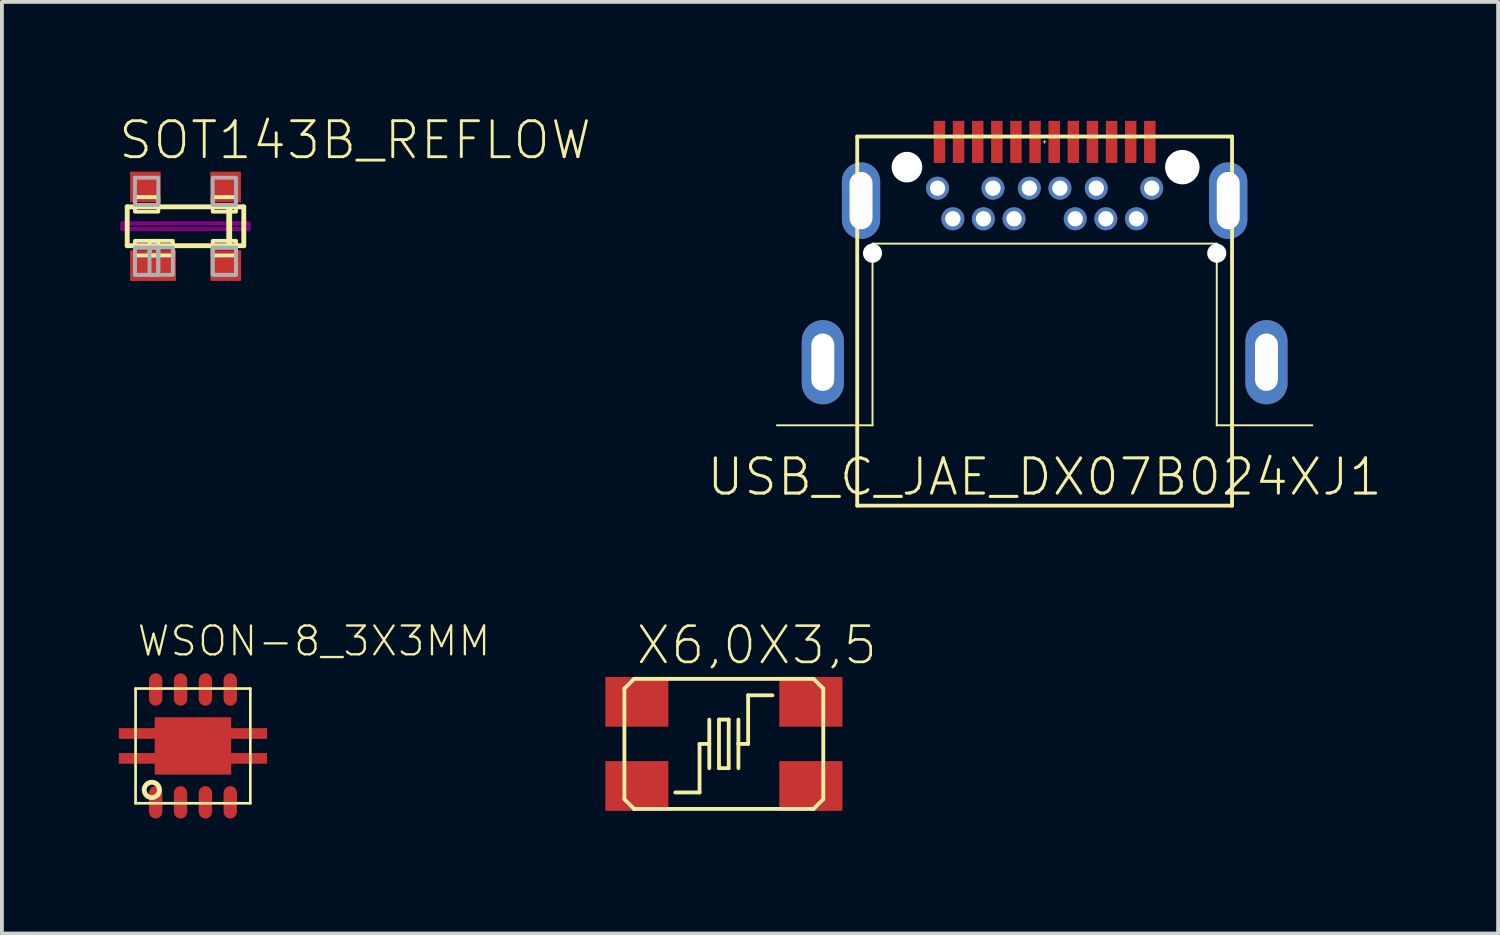
<source format=kicad_pcb>
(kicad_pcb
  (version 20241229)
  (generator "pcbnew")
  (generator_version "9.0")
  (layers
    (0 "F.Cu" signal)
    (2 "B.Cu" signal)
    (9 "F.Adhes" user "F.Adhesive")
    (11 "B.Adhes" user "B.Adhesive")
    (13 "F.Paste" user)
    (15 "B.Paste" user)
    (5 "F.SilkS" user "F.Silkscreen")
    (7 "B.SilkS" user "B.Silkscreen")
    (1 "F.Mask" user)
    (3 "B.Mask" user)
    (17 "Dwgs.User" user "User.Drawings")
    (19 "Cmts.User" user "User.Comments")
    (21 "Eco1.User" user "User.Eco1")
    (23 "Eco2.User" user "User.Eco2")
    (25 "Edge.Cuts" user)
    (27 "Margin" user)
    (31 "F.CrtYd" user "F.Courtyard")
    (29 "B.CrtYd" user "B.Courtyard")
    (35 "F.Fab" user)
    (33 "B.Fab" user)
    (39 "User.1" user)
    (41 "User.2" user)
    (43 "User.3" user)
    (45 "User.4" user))
  (footprint "USB_C_JAE_DX07B024XJ1"
    (layer "F.Cu")
    (at 24.262 6.42)
    (property "Reference" "USB_C_JAE_DX07B024XJ1" (at 0 3 0) (layer "F.SilkS") (effects (font (size 0.92 0.92) (thickness 0.08))))
    (attr through_hole)
    (fp_poly (pts (xy -2.96 -5.15) (xy 2.96 -5.15) (xy 2.96 -6.37) (xy -2.96 -6.37)) (stroke (width 0.1) (type solid)) (fill no) (layer "F.Mask"))
    (fp_line (start -7 1.65) (end -4.5 1.65) (stroke (width 0.05) (type solid)) (layer "F.SilkS"))
    (fp_line (start -4.9 -5.9) (end -4.9 3.75) (stroke (width 0.1) (type solid)) (layer "F.SilkS"))
    (fp_line (start -4.9 3.75) (end 4.9 3.75) (stroke (width 0.1) (type solid)) (layer "F.SilkS"))
    (fp_line (start -4.5 -3.1) (end 4.5 -3.1) (stroke (width 0.05) (type solid)) (layer "F.SilkS"))
    (fp_line (start -4.5 1.65) (end -4.5 -3.1) (stroke (width 0.05) (type solid)) (layer "F.SilkS"))
    (fp_line (start -0.04 -5.76) (end 0.04 -5.76) (stroke (width 0.02) (type solid)) (layer "F.SilkS"))
    (fp_line (start 0 -5.8) (end 0 -5.72) (stroke (width 0.02) (type solid)) (layer "F.SilkS"))
    (fp_line (start 4.5 -3.1) (end 4.5 1.65) (stroke (width 0.05) (type solid)) (layer "F.SilkS"))
    (fp_line (start 4.5 1.65) (end 7 1.65) (stroke (width 0.05) (type solid)) (layer "F.SilkS"))
    (fp_line (start 4.9 -5.9) (end -4.9 -5.9) (stroke (width 0.1) (type solid)) (layer "F.SilkS"))
    (fp_line (start 4.9 3.75) (end 4.9 -5.9) (stroke (width 0.1) (type solid)) (layer "F.SilkS"))
    (fp_line (start -5.8 0.5) (end -5.8 -0.5) (stroke (width 0.8) (type solid)) (layer "F.Paste"))
    (fp_line (start -4.8 -3.75) (end -4.8 -4.71) (stroke (width 0.8) (type solid)) (layer "F.Paste"))
    (fp_line (start 4.8 -3.75) (end 4.8 -4.71) (stroke (width 0.8) (type solid)) (layer "F.Paste"))
    (fp_line (start 5.8 0.5) (end 5.8 -0.5) (stroke (width 0.8) (type solid)) (layer "F.Paste"))
    (fp_circle (center -2.8 -4.55) (end -2.65 -4.55) (stroke (width 0.3) (type solid)) (fill no) (layer "F.Paste"))
    (fp_circle (center -2.4 -3.75) (end -2.25 -3.75) (stroke (width 0.3) (type solid)) (fill no) (layer "F.Paste"))
    (fp_circle (center -1.6 -3.75) (end -1.45 -3.75) (stroke (width 0.3) (type solid)) (fill no) (layer "F.Paste"))
    (fp_circle (center -1.35 -4.55) (end -1.2 -4.55) (stroke (width 0.3) (type solid)) (fill no) (layer "F.Paste"))
    (fp_circle (center -0.8 -3.75) (end -0.65 -3.75) (stroke (width 0.3) (type solid)) (fill no) (layer "F.Paste"))
    (fp_circle (center -0.4 -4.55) (end -0.25 -4.55) (stroke (width 0.3) (type solid)) (fill no) (layer "F.Paste"))
    (fp_circle (center 0.4 -4.55) (end 0.55 -4.55) (stroke (width 0.3) (type solid)) (fill no) (layer "F.Paste"))
    (fp_circle (center 0.8 -3.75) (end 0.95 -3.75) (stroke (width 0.3) (type solid)) (fill no) (layer "F.Paste"))
    (fp_circle (center 1.35 -4.55) (end 1.5 -4.55) (stroke (width 0.3) (type solid)) (fill no) (layer "F.Paste"))
    (fp_circle (center 1.6 -3.75) (end 1.75 -3.75) (stroke (width 0.3) (type solid)) (fill no) (layer "F.Paste"))
    (fp_circle (center 2.4 -3.75) (end 2.55 -3.75) (stroke (width 0.3) (type solid)) (fill no) (layer "F.Paste"))
    (fp_circle (center 2.8 -4.55) (end 2.95 -4.55) (stroke (width 0.3) (type solid)) (fill no) (layer "F.Paste"))
    (fp_poly (pts (xy -2.87 -5.24) (xy -2.63 -5.24) (xy -2.63 -6.28) (xy -2.87 -6.28)) (stroke (width 0.1) (type solid)) (fill no) (layer "F.Paste"))
    (fp_poly (pts (xy -2.37 -5.24) (xy -2.13 -5.24) (xy -2.13 -6.28) (xy -2.37 -6.28)) (stroke (width 0.1) (type solid)) (fill no) (layer "F.Paste"))
    (fp_poly (pts (xy -1.87 -5.24) (xy -1.63 -5.24) (xy -1.63 -6.28) (xy -1.87 -6.28)) (stroke (width 0.1) (type solid)) (fill no) (layer "F.Paste"))
    (fp_poly (pts (xy -1.37 -5.24) (xy -1.13 -5.24) (xy -1.13 -6.28) (xy -1.37 -6.28)) (stroke (width 0.1) (type solid)) (fill no) (layer "F.Paste"))
    (fp_poly (pts (xy -0.87 -5.24) (xy -0.63 -5.24) (xy -0.63 -6.28) (xy -0.87 -6.28)) (stroke (width 0.1) (type solid)) (fill no) (layer "F.Paste"))
    (fp_poly (pts (xy -0.37 -5.24) (xy -0.13 -5.24) (xy -0.13 -6.28) (xy -0.37 -6.28)) (stroke (width 0.1) (type solid)) (fill no) (layer "F.Paste"))
    (fp_poly (pts (xy 0.13 -5.24) (xy 0.37 -5.24) (xy 0.37 -6.28) (xy 0.13 -6.28)) (stroke (width 0.1) (type solid)) (fill no) (layer "F.Paste"))
    (fp_poly (pts (xy 0.63 -5.24) (xy 0.87 -5.24) (xy 0.87 -6.28) (xy 0.63 -6.28)) (stroke (width 0.1) (type solid)) (fill no) (layer "F.Paste"))
    (fp_poly (pts (xy 1.13 -5.24) (xy 1.37 -5.24) (xy 1.37 -6.28) (xy 1.13 -6.28)) (stroke (width 0.1) (type solid)) (fill no) (layer "F.Paste"))
    (fp_poly (pts (xy 1.63 -5.24) (xy 1.87 -5.24) (xy 1.87 -6.28) (xy 1.63 -6.28)) (stroke (width 0.1) (type solid)) (fill no) (layer "F.Paste"))
    (fp_poly (pts (xy 2.13 -5.24) (xy 2.37 -5.24) (xy 2.37 -6.28) (xy 2.13 -6.28)) (stroke (width 0.1) (type solid)) (fill no) (layer "F.Paste"))
    (fp_poly (pts (xy 2.63 -5.24) (xy 2.87 -5.24) (xy 2.87 -6.28) (xy 2.63 -6.28)) (stroke (width 0.1) (type solid)) (fill no) (layer "F.Paste"))
    (pad "" np_thru_hole circle (at -4.5 -2.85) (size 0.5 0.5) (drill 0.5) (layers "*.Cu" "*.Mask"))
    (pad "" np_thru_hole circle (at -3.6 -5.1) (size 0.8 0.8) (drill 0.8) (layers "*.Cu" "*.Mask"))
    (pad "" np_thru_hole circle (at 3.6 -5.1) (size 0.9 0.9) (drill 0.9) (layers "*.Cu" "*.Mask"))
    (pad "" np_thru_hole circle (at 4.5 -2.85) (size 0.5 0.5) (drill 0.5) (layers "*.Cu" "*.Mask"))
    (pad "A1" smd rect (at -2.75 -5.76 90) (size 1.1 0.3) (layers "F.Cu" "F.Mask" "F.Paste"))
    (pad "A2" smd rect (at -2.25 -5.76 90) (size 1.1 0.3) (layers "F.Cu" "F.Mask" "F.Paste"))
    (pad "A3" smd rect (at -1.75 -5.76 90) (size 1.1 0.3) (layers "F.Cu" "F.Mask" "F.Paste"))
    (pad "A4" smd rect (at -1.25 -5.76 90) (size 1.1 0.3) (layers "F.Cu" "F.Mask" "F.Paste"))
    (pad "A5" smd rect (at -0.75 -5.76 90) (size 1.1 0.3) (layers "F.Cu" "F.Mask" "F.Paste"))
    (pad "A6" smd rect (at -0.25 -5.76 90) (size 1.1 0.3) (layers "F.Cu" "F.Mask" "F.Paste"))
    (pad "A7" smd rect (at 0.25 -5.76 90) (size 1.1 0.3) (layers "F.Cu" "F.Mask" "F.Paste"))
    (pad "A8" smd rect (at 0.75 -5.76 90) (size 1.1 0.3) (layers "F.Cu" "F.Mask" "B.Paste"))
    (pad "A9" smd rect (at 1.25 -5.76 90) (size 1.1 0.3) (layers "F.Cu" "F.Mask" "F.Paste"))
    (pad "A10" smd rect (at 1.75 -5.76 90) (size 1.1 0.3) (layers "F.Cu" "F.Mask" "F.Paste"))
    (pad "A11" smd rect (at 2.25 -5.76 90) (size 1.1 0.3) (layers "F.Cu" "F.Mask" "F.Paste"))
    (pad "A12" smd rect (at 2.75 -5.76 90) (size 1.1 0.3) (layers "F.Cu" "F.Mask" "F.Paste"))
    (pad "B1" thru_hole circle (at 2.8 -4.55) (size 0.6 0.6) (drill 0.4) (layers "*.Cu" "*.Mask"))
    (pad "B2" thru_hole circle (at 2.4 -3.75) (size 0.6 0.6) (drill 0.4) (layers "*.Cu" "*.Mask"))
    (pad "B3" thru_hole circle (at 1.6 -3.75) (size 0.6 0.6) (drill 0.4) (layers "*.Cu" "*.Mask"))
    (pad "B4" thru_hole circle (at 1.35 -4.55) (size 0.6 0.6) (drill 0.4) (layers "*.Cu" "*.Mask"))
    (pad "B5" thru_hole circle (at 0.8 -3.75) (size 0.6 0.6) (drill 0.4) (layers "*.Cu" "*.Mask"))
    (pad "B6" thru_hole circle (at 0.4 -4.55) (size 0.6 0.6) (drill 0.4) (layers "*.Cu" "*.Mask"))
    (pad "B7" thru_hole circle (at -0.4 -4.55) (size 0.6 0.6) (drill 0.4) (layers "*.Cu" "*.Mask"))
    (pad "B8" thru_hole circle (at -0.8 -3.75) (size 0.6 0.6) (drill 0.4) (layers "*.Cu" "*.Mask"))
    (pad "B9" thru_hole circle (at -1.35 -4.55) (size 0.6 0.6) (drill 0.4) (layers "*.Cu" "*.Mask"))
    (pad "B10" thru_hole circle (at -1.6 -3.75) (size 0.6 0.6) (drill 0.4) (layers "*.Cu" "*.Mask"))
    (pad "B11" thru_hole circle (at -2.4 -3.75) (size 0.6 0.6) (drill 0.4) (layers "*.Cu" "*.Mask"))
    (pad "B12" thru_hole circle (at -2.8 -4.55) (size 0.6 0.6) (drill 0.4) (layers "*.Cu" "*.Mask"))
    (pad "SH1" thru_hole oval (at -4.8 -4.225 90) (size 2 1) (drill oval 1.5 0.6) (layers "*.Cu" "*.Mask"))
    (pad "SH2" thru_hole oval (at -5.8 0 90) (size 2.2 1.1) (drill oval 1.5 0.6) (layers "*.Cu" "*.Mask"))
    (pad "SH3" thru_hole oval (at 5.8 0 90) (size 2.2 1.1) (drill oval 1.5 0.6) (layers "*.Cu" "*.Mask"))
    (pad "SH4" thru_hole oval (at 4.8 -4.225 90) (size 2 1) (drill oval 1.5 0.6) (layers "*.Cu" "*.Mask")))
  (footprint "X6,0X3,5"
    (layer "F.Cu")
    (at 15.875 16.399)
    (property "Reference" "X6,0X3,5" (at -2.34 -2.025 0) (layer "F.SilkS") (effects (font (size 0.947 0.947) (thickness 0.069)) (justify left bottom)))
    (attr smd)
    (fp_line (start -2.6 -1.446) (end -2.346 -1.7) (stroke (width 0.1) (type solid)) (layer "F.SilkS"))
    (fp_line (start -2.6 1.446) (end -2.6 -1.446) (stroke (width 0.1) (type solid)) (layer "F.SilkS"))
    (fp_line (start -2.346 -1.7) (end 2.346 -1.7) (stroke (width 0.1) (type solid)) (layer "F.SilkS"))
    (fp_line (start -2.346 1.7) (end -2.6 1.446) (stroke (width 0.1) (type solid)) (layer "F.SilkS"))
    (fp_line (start -1.27 1.27) (end -0.635 1.27) (stroke (width 0.1) (type solid)) (layer "F.SilkS"))
    (fp_line (start -0.635 0) (end -0.381 0) (stroke (width 0.1) (type solid)) (layer "F.SilkS"))
    (fp_line (start -0.635 1.27) (end -0.635 0) (stroke (width 0.1) (type solid)) (layer "F.SilkS"))
    (fp_line (start -0.381 0) (end -0.381 -0.635) (stroke (width 0.1) (type solid)) (layer "F.SilkS"))
    (fp_line (start -0.381 0) (end -0.381 0.635) (stroke (width 0.1) (type solid)) (layer "F.SilkS"))
    (fp_line (start -0.127 -0.635) (end 0.127 -0.635) (stroke (width 0.1) (type solid)) (layer "F.SilkS"))
    (fp_line (start -0.127 0.635) (end -0.127 -0.635) (stroke (width 0.1) (type solid)) (layer "F.SilkS"))
    (fp_line (start 0.127 -0.635) (end 0.127 0.635) (stroke (width 0.1) (type solid)) (layer "F.SilkS"))
    (fp_line (start 0.127 0.635) (end -0.127 0.635) (stroke (width 0.1) (type solid)) (layer "F.SilkS"))
    (fp_line (start 0.381 -0.635) (end 0.381 0) (stroke (width 0.1) (type solid)) (layer "F.SilkS"))
    (fp_line (start 0.381 0) (end 0.381 0.635) (stroke (width 0.1) (type solid)) (layer "F.SilkS"))
    (fp_line (start 0.381 0) (end 0.635 0) (stroke (width 0.1) (type solid)) (layer "F.SilkS"))
    (fp_line (start 0.635 -1.27) (end 1.27 -1.27) (stroke (width 0.1) (type solid)) (layer "F.SilkS"))
    (fp_line (start 0.635 0) (end 0.635 -1.27) (stroke (width 0.1) (type solid)) (layer "F.SilkS"))
    (fp_line (start 2.346 -1.7) (end 2.6 -1.446) (stroke (width 0.1) (type solid)) (layer "F.SilkS"))
    (fp_line (start 2.346 1.7) (end -2.346 1.7) (stroke (width 0.1) (type solid)) (layer "F.SilkS"))
    (fp_line (start 2.6 -1.446) (end 2.6 1.446) (stroke (width 0.1) (type solid)) (layer "F.SilkS"))
    (fp_line (start 2.6 1.446) (end 2.346 1.7) (stroke (width 0.1) (type solid)) (layer "F.SilkS"))
    (pad "1" smd rect (at -2.275 1.1) (size 1.65 1.3) (layers "F.Cu" "F.Mask" "F.Paste"))
    (pad "2" smd rect (at 2.275 1.1) (size 1.65 1.3) (layers "F.Cu" "F.Mask" "F.Paste"))
    (pad "3" smd rect (at 2.275 -1.1) (size 1.65 1.3) (layers "F.Cu" "F.Mask" "F.Paste"))
    (pad "4" smd rect (at -2.275 -1.1) (size 1.65 1.3) (layers "F.Cu" "F.Mask" "F.Paste")))
  (footprint "SOT143B_REFLOW"
    (layer "F.Cu")
    (at 1.8 2.866)
    (property "Reference" "SOT143B_REFLOW" (at -1.8 -1.7 0) (layer "F.SilkS") (effects (font (size 0.941 0.941) (thickness 0.075)) (justify left bottom)))
    (attr smd)
    (fp_line (start -1.524 -0.508) (end 1.143 -0.508) (stroke (width 0.127) (type solid)) (layer "F.SilkS"))
    (fp_line (start -1.524 0.508) (end -1.524 -0.508) (stroke (width 0.127) (type solid)) (layer "F.SilkS"))
    (fp_line (start 1.143 -0.508) (end 1.524 -0.508) (stroke (width 0.127) (type solid)) (layer "F.SilkS"))
    (fp_line (start 1.143 0.508) (end -1.524 0.508) (stroke (width 0.127) (type solid)) (layer "F.SilkS"))
    (fp_line (start 1.143 0.508) (end 1.143 -0.508) (stroke (width 0.152) (type solid)) (layer "F.SilkS"))
    (fp_line (start 1.524 -0.508) (end 1.524 0.508) (stroke (width 0.127) (type solid)) (layer "F.SilkS"))
    (fp_line (start 1.524 0.508) (end 1.143 0.508) (stroke (width 0.127) (type solid)) (layer "F.SilkS"))
    (fp_poly (pts (xy -1.321 -0.381) (xy -0.711 -0.381) (xy -0.711 -0.762) (xy -1.321 -0.762)) (stroke (width 0.1) (type solid)) (fill no) (layer "F.SilkS"))
    (fp_poly (pts (xy -1.321 0.762) (xy -0.711 0.762) (xy -0.711 0.381) (xy -1.321 0.381)) (stroke (width 0.1) (type solid)) (fill no) (layer "F.SilkS"))
    (fp_poly (pts (xy -0.94 0.762) (xy -0.33 0.762) (xy -0.33 0.381) (xy -0.94 0.381)) (stroke (width 0.1) (type solid)) (fill no) (layer "F.SilkS"))
    (fp_poly (pts (xy 0.711 -0.381) (xy 1.321 -0.381) (xy 1.321 -0.762) (xy 0.711 -0.762)) (stroke (width 0.1) (type solid)) (fill no) (layer "F.SilkS"))
    (fp_poly (pts (xy 0.711 0.762) (xy 1.321 0.762) (xy 1.321 0.381) (xy 0.711 0.381)) (stroke (width 0.1) (type solid)) (fill no) (layer "F.SilkS"))
    (fp_poly (pts (xy -1.651 0.076) (xy 1.651 0.076) (xy 1.651 -0.076) (xy -1.651 -0.076)) (stroke (width 0.1) (type solid)) (fill no) (layer "F.Adhes"))
    (fp_poly (pts (xy -1.651 0.076) (xy 1.651 0.076) (xy 1.651 -0.076) (xy -1.651 -0.076)) (stroke (width 0.1) (type solid)) (fill no) (layer "F.Adhes"))
    (fp_poly (pts (xy -1.321 -0.559) (xy -0.711 -0.559) (xy -0.711 -1.27) (xy -1.321 -1.27)) (stroke (width 0.1) (type solid)) (fill no) (layer "F.Fab"))
    (fp_poly (pts (xy -1.321 1.27) (xy -0.711 1.27) (xy -0.711 0.559) (xy -1.321 0.559)) (stroke (width 0.1) (type solid)) (fill no) (layer "F.Fab"))
    (fp_poly (pts (xy -1.321 1.27) (xy -0.711 1.27) (xy -0.711 0.559) (xy -1.321 0.559)) (stroke (width 0.1) (type solid)) (fill no) (layer "F.Fab"))
    (fp_poly (pts (xy -0.94 1.27) (xy -0.33 1.27) (xy -0.33 0.559) (xy -0.94 0.559)) (stroke (width 0.1) (type solid)) (fill no) (layer "F.Fab"))
    (fp_poly (pts (xy 0.711 -0.559) (xy 1.321 -0.559) (xy 1.321 -1.27) (xy 0.711 -1.27)) (stroke (width 0.1) (type solid)) (fill no) (layer "F.Fab"))
    (fp_poly (pts (xy 0.711 1.27) (xy 1.321 1.27) (xy 1.321 0.559) (xy 0.711 0.559)) (stroke (width 0.1) (type solid)) (fill no) (layer "F.Fab"))
    (fp_poly (pts (xy 0.711 1.27) (xy 1.321 1.27) (xy 1.321 0.559) (xy 0.711 0.559)) (stroke (width 0.1) (type solid)) (fill no) (layer "F.Fab"))
    (pad "1" smd rect (at -0.848 1.028 270) (size 0.8 1.2) (layers "F.Cu" "F.Mask" "F.Paste"))
    (pad "2" smd rect (at 1.053 1.028 90) (size 0.8 0.8) (layers "F.Cu" "F.Mask" "F.Paste"))
    (pad "3" smd rect (at 1.048 -1.028 90) (size 0.8 0.8) (layers "F.Cu" "F.Mask" "F.Paste"))
    (pad "4" smd rect (at -1.048 -1.028 90) (size 0.8 0.8) (layers "F.Cu" "F.Mask" "F.Paste")))
  (footprint "WSON-8_3X3MM"
    (layer "F.Cu")
    (at 1.995 16.452)
    (property "Reference" "WSON-8_3X3MM" (at -1.5 -2.3 180) (layer "F.SilkS") (effects (font (size 0.753 0.753) (thickness 0.06)) (justify left bottom)))
    (attr smd)
    (fp_line (start -0.975 -1.725) (end -0.975 -1.225) (stroke (width 0.36) (type solid)) (layer "F.Mask"))
    (fp_line (start -0.975 1.225) (end -0.975 1.725) (stroke (width 0.36) (type solid)) (layer "F.Mask"))
    (fp_line (start -0.325 -1.725) (end -0.325 -1.225) (stroke (width 0.36) (type solid)) (layer "F.Mask"))
    (fp_line (start -0.325 1.225) (end -0.325 1.725) (stroke (width 0.36) (type solid)) (layer "F.Mask"))
    (fp_line (start 0.325 -1.725) (end 0.325 -1.225) (stroke (width 0.36) (type solid)) (layer "F.Mask"))
    (fp_line (start 0.325 1.225) (end 0.325 1.725) (stroke (width 0.36) (type solid)) (layer "F.Mask"))
    (fp_line (start 0.975 -1.725) (end 0.975 -1.225) (stroke (width 0.36) (type solid)) (layer "F.Mask"))
    (fp_line (start 0.975 1.225) (end 0.975 1.725) (stroke (width 0.36) (type solid)) (layer "F.Mask"))
    (fp_poly (pts (xy -1.945 -0.175) (xy -0.99 -0.175) (xy -0.99 -0.475) (xy -1.945 -0.475)) (stroke (width 0.1) (type solid)) (fill no) (layer "F.Mask"))
    (fp_poly (pts (xy -1.945 0.475) (xy -0.99 0.475) (xy -0.99 0.175) (xy -1.945 0.175)) (stroke (width 0.1) (type solid)) (fill no) (layer "F.Mask"))
    (fp_poly (pts (xy -0.775 0.65) (xy 0.775 0.65) (xy 0.775 -0.65) (xy -0.775 -0.65)) (stroke (width 0.1) (type solid)) (fill no) (layer "F.Mask"))
    (fp_poly (pts (xy 0.99 -0.175) (xy 1.945 -0.175) (xy 1.945 -0.475) (xy 0.99 -0.475)) (stroke (width 0.1) (type solid)) (fill no) (layer "F.Mask"))
    (fp_poly (pts (xy 0.99 0.475) (xy 1.945 0.475) (xy 1.945 0.175) (xy 0.99 0.175)) (stroke (width 0.1) (type solid)) (fill no) (layer "F.Mask"))
    (fp_line (start -1.5 -1.5) (end 1.5 -1.5) (stroke (width 0.07) (type solid)) (layer "F.SilkS"))
    (fp_line (start -1.5 1.5) (end -1.5 -1.5) (stroke (width 0.07) (type solid)) (layer "F.SilkS"))
    (fp_line (start 1.5 -1.5) (end 1.5 1.5) (stroke (width 0.07) (type solid)) (layer "F.SilkS"))
    (fp_line (start 1.5 1.5) (end -1.5 1.5) (stroke (width 0.07) (type solid)) (layer "F.SilkS"))
    (fp_circle (center -1.075 1.15) (end -0.875 1.15) (stroke (width 0.127) (type solid)) (fill no) (layer "F.SilkS"))
    (fp_line (start -0.975 -1.73) (end -0.975 -1.22) (stroke (width 0.3) (type solid)) (layer "F.Paste"))
    (fp_line (start -0.975 1.22) (end -0.975 1.73) (stroke (width 0.3) (type solid)) (layer "F.Paste"))
    (fp_line (start -0.325 -1.73) (end -0.325 -1.22) (stroke (width 0.3) (type solid)) (layer "F.Paste"))
    (fp_line (start -0.325 1.22) (end -0.325 1.73) (stroke (width 0.3) (type solid)) (layer "F.Paste"))
    (fp_line (start 0.325 -1.73) (end 0.325 -1.22) (stroke (width 0.3) (type solid)) (layer "F.Paste"))
    (fp_line (start 0.325 1.22) (end 0.325 1.73) (stroke (width 0.3) (type solid)) (layer "F.Paste"))
    (fp_line (start 0.975 -1.73) (end 0.975 -1.22) (stroke (width 0.3) (type solid)) (layer "F.Paste"))
    (fp_line (start 0.975 1.22) (end 0.975 1.73) (stroke (width 0.3) (type solid)) (layer "F.Paste"))
    (fp_poly (pts (xy -1.93 -0.195) (xy -1.005 -0.195) (xy -1.005 -0.455) (xy -1.93 -0.455)) (stroke (width 0.1) (type solid)) (fill no) (layer "F.Paste"))
    (fp_poly (pts (xy -1.93 0.455) (xy -1.005 0.455) (xy -1.005 0.195) (xy -1.93 0.195)) (stroke (width 0.1) (type solid)) (fill no) (layer "F.Paste"))
    (fp_poly (pts (xy -0.7 -0.1) (xy -0.1 -0.1) (xy -0.1 -0.6) (xy -0.7 -0.6)) (stroke (width 0.1) (type solid)) (fill no) (layer "F.Paste"))
    (fp_poly (pts (xy -0.7 0.6) (xy -0.1 0.6) (xy -0.1 0.1) (xy -0.7 0.1)) (stroke (width 0.1) (type solid)) (fill no) (layer "F.Paste"))
    (fp_poly (pts (xy 0.1 -0.1) (xy 0.7 -0.1) (xy 0.7 -0.6) (xy 0.1 -0.6)) (stroke (width 0.1) (type solid)) (fill no) (layer "F.Paste"))
    (fp_poly (pts (xy 0.1 0.6) (xy 0.7 0.6) (xy 0.7 0.1) (xy 0.1 0.1)) (stroke (width 0.1) (type solid)) (fill no) (layer "F.Paste"))
    (fp_poly (pts (xy 1.005 -0.195) (xy 1.93 -0.195) (xy 1.93 -0.455) (xy 1.005 -0.455)) (stroke (width 0.1) (type solid)) (fill no) (layer "F.Paste"))
    (fp_poly (pts (xy 1.005 0.455) (xy 1.93 0.455) (xy 1.93 0.195) (xy 1.005 0.195)) (stroke (width 0.1) (type solid)) (fill no) (layer "F.Paste"))
    (pad "1" smd roundrect (at -0.975 1.475 90) (size 0.85 0.35) (layers "F.Cu" "F.Mask" "B.Paste") (roundrect_rratio 0.5))
    (pad "2" smd roundrect (at -0.325 1.475 90) (size 0.85 0.35) (layers "F.Cu" "F.Mask" "F.Paste") (roundrect_rratio 0.5))
    (pad "3" smd roundrect (at 0.325 1.475 90) (size 0.85 0.35) (layers "F.Cu" "F.Mask" "F.Paste") (roundrect_rratio 0.5))
    (pad "4" smd roundrect (at 0.975 1.475 90) (size 0.85 0.35) (layers "F.Cu" "F.Mask" "F.Paste") (roundrect_rratio 0.5))
    (pad "5" smd roundrect (at 0.975 -1.475 90) (size 0.85 0.35) (layers "F.Cu" "F.Mask" "F.Paste") (roundrect_rratio 0.5))
    (pad "6" smd roundrect (at 0.325 -1.475 90) (size 0.85 0.35) (layers "F.Cu" "F.Mask" "F.Paste") (roundrect_rratio 0.5))
    (pad "7" smd roundrect (at -0.325 -1.475 90) (size 0.85 0.35) (layers "F.Cu" "F.Mask" "F.Paste") (roundrect_rratio 0.5))
    (pad "8" smd roundrect (at -0.975 -1.475 90) (size 0.85 0.35) (layers "F.Cu" "F.Mask" "F.Paste") (roundrect_rratio 0.5))
    (pad "EP" smd rect (at 0 0) (size 2 1.5) (layers "F.Cu" "F.Mask" "F.Paste"))
    (pad "EP$1" smd rect (at -1.425 -0.325 90) (size 0.28 1.025) (layers "F.Cu" "F.Mask" "F.Paste"))
    (pad "EP$2" smd rect (at -1.425 0.325 90) (size 0.28 1.025) (layers "F.Cu" "F.Mask" "F.Paste"))
    (pad "EP$3" smd rect (at 1.425 0.325 90) (size 0.28 1.025) (layers "F.Cu" "F.Mask" "F.Paste"))
    (pad "EP$4" smd rect (at 1.425 -0.325 90) (size 0.28 1.025) (layers "F.Cu" "F.Mask" "F.Paste")))
  (gr_rect
    (start -3 -3)
    (end 36.118 21.357)
    (stroke (width 0.1) (type default))
    (fill no)
    (layer "Edge.Cuts")))
</source>
